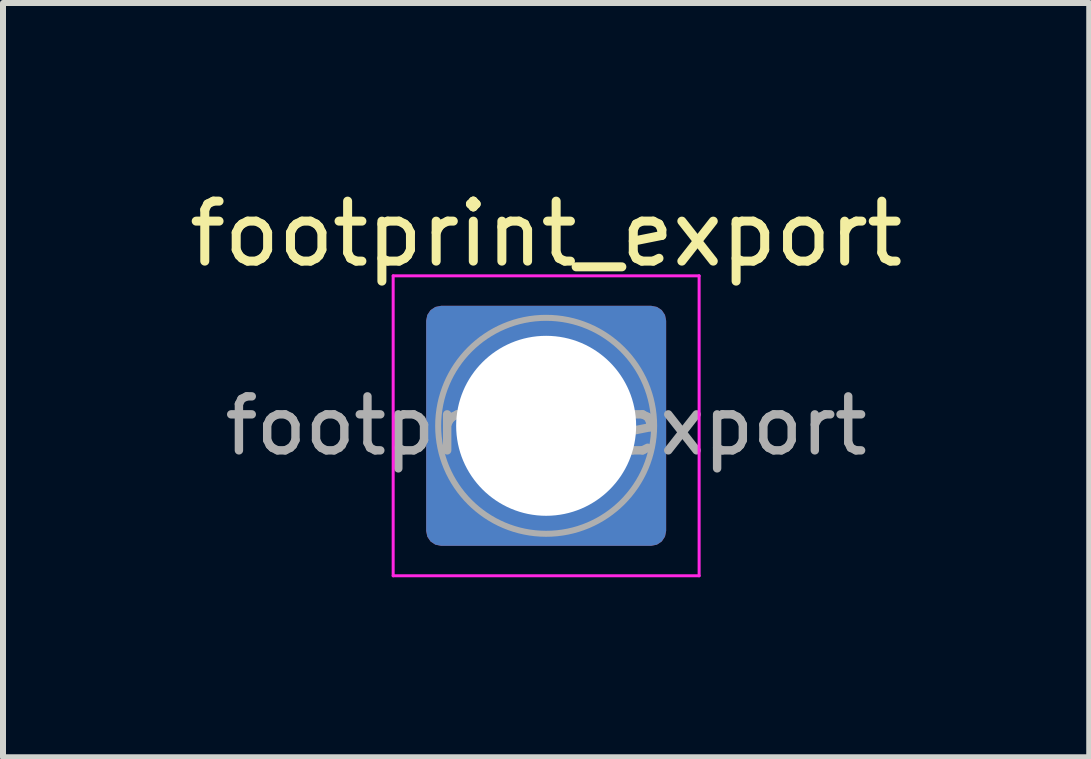
<source format=kicad_pcb>
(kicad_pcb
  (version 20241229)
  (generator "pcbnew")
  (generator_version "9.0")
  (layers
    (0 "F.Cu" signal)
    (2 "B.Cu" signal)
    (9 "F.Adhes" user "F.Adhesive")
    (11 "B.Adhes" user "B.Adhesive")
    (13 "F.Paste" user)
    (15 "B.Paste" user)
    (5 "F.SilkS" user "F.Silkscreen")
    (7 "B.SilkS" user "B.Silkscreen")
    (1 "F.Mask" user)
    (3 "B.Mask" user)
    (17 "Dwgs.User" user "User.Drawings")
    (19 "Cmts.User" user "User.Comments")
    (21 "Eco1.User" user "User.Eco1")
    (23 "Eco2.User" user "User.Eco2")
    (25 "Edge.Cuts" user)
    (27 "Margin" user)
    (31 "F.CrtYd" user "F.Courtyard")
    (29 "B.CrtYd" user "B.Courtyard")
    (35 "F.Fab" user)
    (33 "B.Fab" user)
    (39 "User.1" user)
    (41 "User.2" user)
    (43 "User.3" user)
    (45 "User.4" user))
  (footprint "footprint_export"
    (layer "F.Cu")
    (at 6.054 4.048)
    (property "Reference" "footprint_export" (at 0 -3.2 0) (layer "F.SilkS") (effects (font (size 1 1) (thickness 0.15))))
    (attr exclude_from_pos_files exclude_from_bom)
    (fp_line (start -2.55 -2.5) (end -2.55 2.5) (stroke (width 0.05) (type solid)) (layer "F.CrtYd"))
    (fp_line (start -2.55 2.5) (end 2.55 2.5) (stroke (width 0.05) (type solid)) (layer "F.CrtYd"))
    (fp_line (start 2.55 -2.5) (end -2.55 -2.5) (stroke (width 0.05) (type solid)) (layer "F.CrtYd"))
    (fp_line (start 2.55 2.5) (end 2.55 -2.5) (stroke (width 0.05) (type solid)) (layer "F.CrtYd"))
    (fp_circle (center 0 0) (end 1.8 0) (stroke (width 0.1) (type solid)) (fill no) (layer "F.Fab"))
    (fp_text user "${REFERENCE}" (at 0 0 0) (layer "F.Fab") (effects (font (size 0.9 0.9) (thickness 0.14))))
    (pad "1" thru_hole roundrect (at 0 0) (size 4 4) (drill 3) (layers "*.Cu" "*.Mask") (roundrect_rratio 0.062)))
  (gr_rect
    (start -3 -3)
    (end 15.107 9.573)
    (stroke (width 0.1) (type default))
    (fill no)
    (layer "Edge.Cuts")))
</source>
